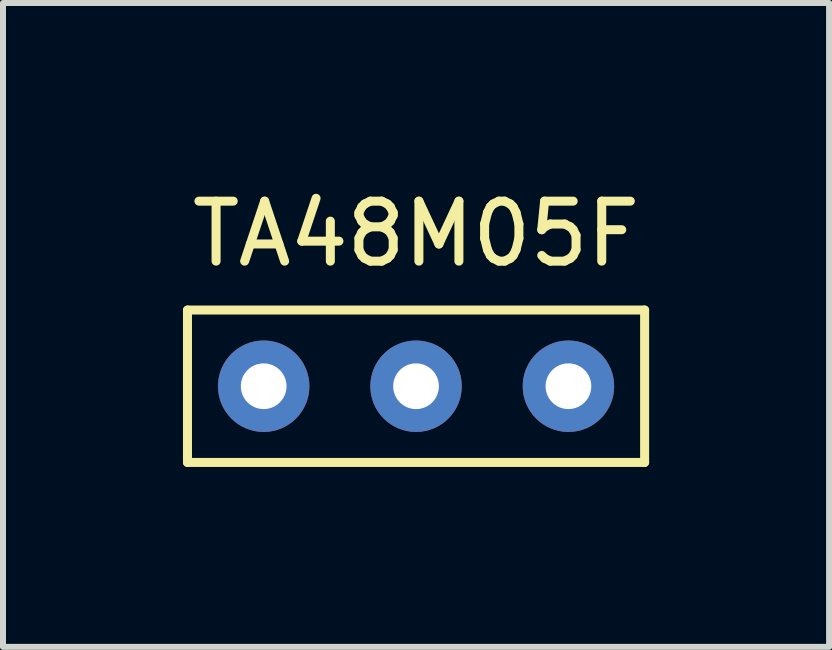
<source format=kicad_pcb>
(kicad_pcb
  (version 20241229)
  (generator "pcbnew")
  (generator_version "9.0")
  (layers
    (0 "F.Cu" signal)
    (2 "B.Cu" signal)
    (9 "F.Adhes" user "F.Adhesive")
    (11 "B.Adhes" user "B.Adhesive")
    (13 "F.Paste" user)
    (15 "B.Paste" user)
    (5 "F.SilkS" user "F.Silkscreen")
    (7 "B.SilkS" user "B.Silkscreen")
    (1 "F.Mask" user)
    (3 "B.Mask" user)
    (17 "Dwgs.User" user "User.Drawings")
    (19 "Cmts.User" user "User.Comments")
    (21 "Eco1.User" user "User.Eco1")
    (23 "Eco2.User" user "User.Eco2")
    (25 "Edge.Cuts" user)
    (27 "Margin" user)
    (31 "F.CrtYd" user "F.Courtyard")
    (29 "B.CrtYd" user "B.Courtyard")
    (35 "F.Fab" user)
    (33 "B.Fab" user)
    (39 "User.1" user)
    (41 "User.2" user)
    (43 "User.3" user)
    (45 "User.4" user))
  (footprint "TA48M05F"
    (layer "F.Cu")
    (at 3.885 3.388)
    (property "Reference" "TA48M05F" (at 0 -2.54 0) (layer "F.SilkS") (effects (font (size 1 1) (thickness 0.15))))
    (attr through_hole)
    (fp_line (start -3.81 -1.27) (end -3.81 1.27) (stroke (width 0.15) (type solid)) (layer "F.SilkS"))
    (fp_line (start -3.81 1.27) (end 3.81 1.27) (stroke (width 0.15) (type solid)) (layer "F.SilkS"))
    (fp_line (start 3.81 -1.27) (end -3.81 -1.27) (stroke (width 0.15) (type solid)) (layer "F.SilkS"))
    (fp_line (start 3.81 1.27) (end 3.81 -1.27) (stroke (width 0.15) (type solid)) (layer "F.SilkS"))
    (pad "1" thru_hole circle (at -2.54 0) (size 1.524 1.524) (drill 0.762) (layers "*.Cu" "*.Mask"))
    (pad "2" thru_hole circle (at 2.54 0) (size 1.524 1.524) (drill 0.762) (layers "*.Cu" "*.Mask"))
    (pad "3" thru_hole circle (at 0 0) (size 1.524 1.524) (drill 0.762) (layers "*.Cu" "*.Mask")))
  (gr_rect
    (start -3 -3)
    (end 10.77 7.733)
    (stroke (width 0.1) (type default))
    (fill no)
    (layer "Edge.Cuts")))
</source>
